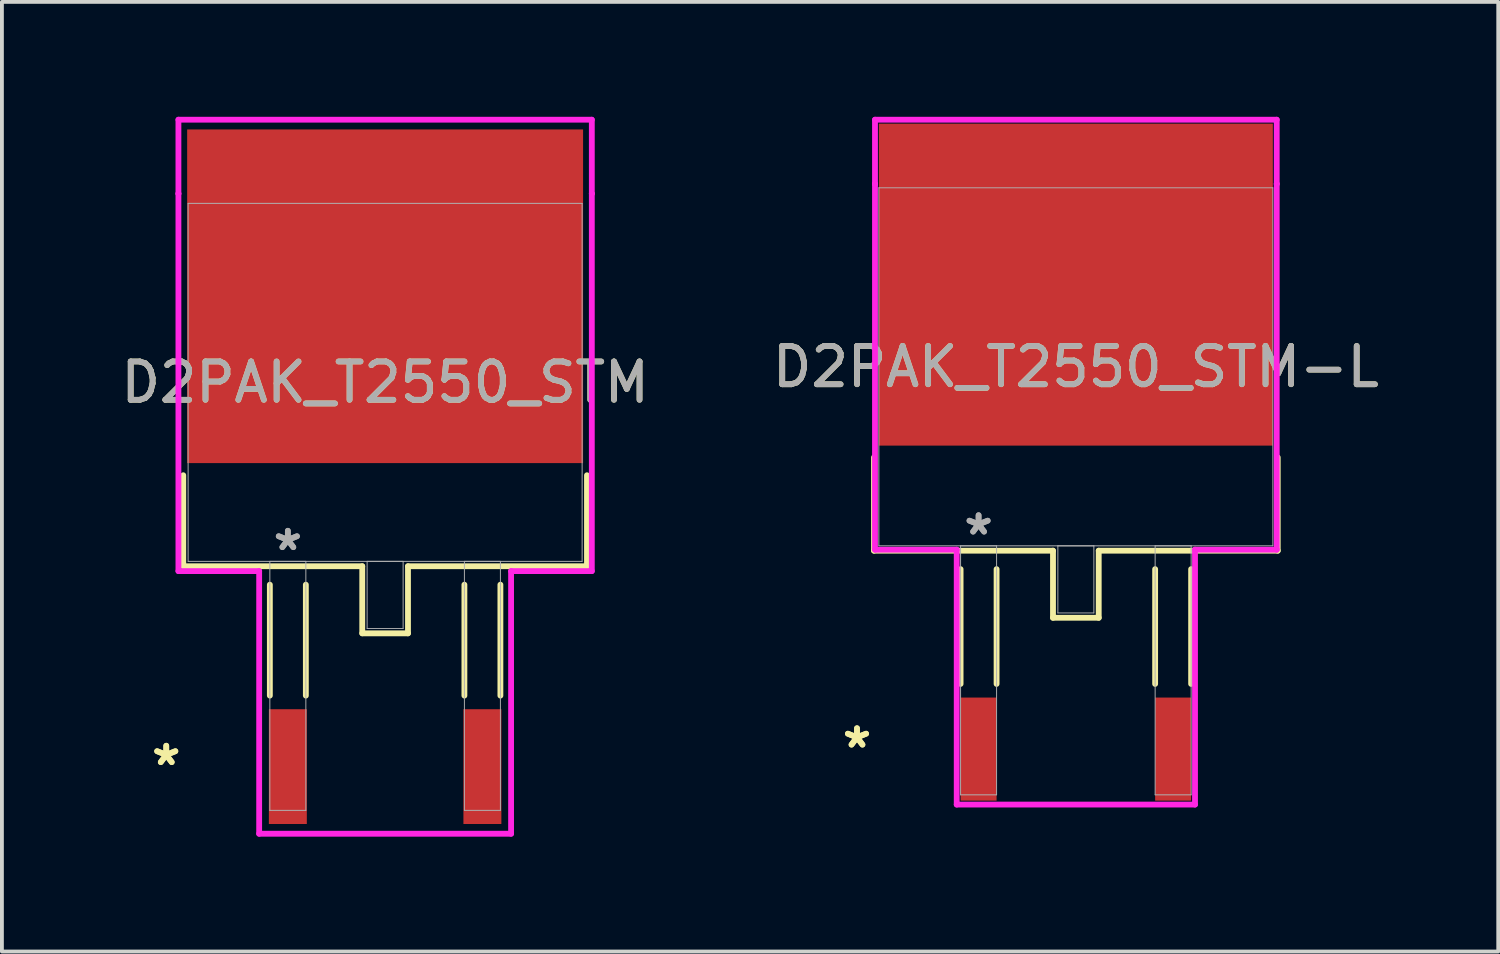
<source format=kicad_pcb>
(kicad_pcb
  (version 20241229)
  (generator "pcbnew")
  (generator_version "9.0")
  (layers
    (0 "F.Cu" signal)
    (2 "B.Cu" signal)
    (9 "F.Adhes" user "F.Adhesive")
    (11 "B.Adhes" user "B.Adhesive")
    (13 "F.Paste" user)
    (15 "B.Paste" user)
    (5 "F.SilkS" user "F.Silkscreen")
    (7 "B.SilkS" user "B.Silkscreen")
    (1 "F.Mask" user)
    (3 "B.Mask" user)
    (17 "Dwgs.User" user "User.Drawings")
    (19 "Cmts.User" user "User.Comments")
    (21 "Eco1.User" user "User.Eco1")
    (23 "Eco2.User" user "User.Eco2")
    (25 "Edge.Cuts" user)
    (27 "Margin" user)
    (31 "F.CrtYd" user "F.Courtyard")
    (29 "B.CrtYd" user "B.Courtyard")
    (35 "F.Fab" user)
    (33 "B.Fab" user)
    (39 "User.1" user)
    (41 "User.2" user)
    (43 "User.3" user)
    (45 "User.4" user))
  (footprint "D2PAK_T2550_STM-L"
    (layer "F.Cu")
    (at 25.042 6.528)
    (property "Reference" "D2PAK_T2550_STM-L" (at 0 0 0) (unlocked yes) (layer "F.SilkS") (effects (font (size 1 1) (thickness 0.15))))
    (attr smd)
    (fp_line (start -5.271 2.365) (end -5.271 4.801) (stroke (width 0.152) (type solid)) (layer "F.SilkS"))
    (fp_line (start -5.271 4.801) (end -0.597 4.801) (stroke (width 0.152) (type solid)) (layer "F.SilkS"))
    (fp_line (start -3.01 5.283) (end -3.01 8.28) (stroke (width 0.152) (type solid)) (layer "F.SilkS"))
    (fp_line (start -2.07 5.283) (end -2.07 8.28) (stroke (width 0.152) (type solid)) (layer "F.SilkS"))
    (fp_line (start -0.597 4.801) (end -0.597 6.553) (stroke (width 0.152) (type solid)) (layer "F.SilkS"))
    (fp_line (start -0.597 6.553) (end 0.597 6.553) (stroke (width 0.152) (type solid)) (layer "F.SilkS"))
    (fp_line (start 0.597 4.801) (end 5.271 4.801) (stroke (width 0.152) (type solid)) (layer "F.SilkS"))
    (fp_line (start 0.597 6.553) (end 0.597 4.801) (stroke (width 0.152) (type solid)) (layer "F.SilkS"))
    (fp_line (start 2.07 5.283) (end 2.07 8.28) (stroke (width 0.152) (type solid)) (layer "F.SilkS"))
    (fp_line (start 3.01 5.283) (end 3.01 8.28) (stroke (width 0.152) (type solid)) (layer "F.SilkS"))
    (fp_line (start 5.271 4.801) (end 5.271 2.365) (stroke (width 0.152) (type solid)) (layer "F.SilkS"))
    (fp_line (start -5.245 -6.452) (end 5.245 -6.452) (stroke (width 0.152) (type solid)) (layer "F.CrtYd"))
    (fp_line (start -5.245 -4.775) (end -5.245 -6.452) (stroke (width 0.152) (type solid)) (layer "F.CrtYd"))
    (fp_line (start -5.245 -4.775) (end -5.245 -4.775) (stroke (width 0.152) (type solid)) (layer "F.CrtYd"))
    (fp_line (start -5.245 4.775) (end -5.245 -4.775) (stroke (width 0.152) (type solid)) (layer "F.CrtYd"))
    (fp_line (start -3.111 4.775) (end -5.245 4.775) (stroke (width 0.152) (type solid)) (layer "F.CrtYd"))
    (fp_line (start -3.111 11.43) (end -3.111 4.775) (stroke (width 0.152) (type solid)) (layer "F.CrtYd"))
    (fp_line (start 3.111 4.775) (end 3.111 11.43) (stroke (width 0.152) (type solid)) (layer "F.CrtYd"))
    (fp_line (start 3.111 11.43) (end -3.111 11.43) (stroke (width 0.152) (type solid)) (layer "F.CrtYd"))
    (fp_line (start 5.245 -6.452) (end 5.245 -4.775) (stroke (width 0.152) (type solid)) (layer "F.CrtYd"))
    (fp_line (start 5.245 -4.775) (end 5.245 -4.775) (stroke (width 0.152) (type solid)) (layer "F.CrtYd"))
    (fp_line (start 5.245 -4.775) (end 5.245 4.775) (stroke (width 0.152) (type solid)) (layer "F.CrtYd"))
    (fp_line (start 5.245 4.775) (end 3.111 4.775) (stroke (width 0.152) (type solid)) (layer "F.CrtYd"))
    (fp_line (start -5.144 -4.674) (end -5.144 4.674) (stroke (width 0.025) (type solid)) (layer "F.Fab"))
    (fp_line (start -5.144 4.674) (end 5.144 4.674) (stroke (width 0.025) (type solid)) (layer "F.Fab"))
    (fp_line (start -3.01 4.674) (end -3.01 11.176) (stroke (width 0.025) (type solid)) (layer "F.Fab"))
    (fp_line (start -3.01 11.176) (end -2.07 11.176) (stroke (width 0.025) (type solid)) (layer "F.Fab"))
    (fp_line (start -2.07 4.674) (end -3.01 4.674) (stroke (width 0.025) (type solid)) (layer "F.Fab"))
    (fp_line (start -2.07 11.176) (end -2.07 4.674) (stroke (width 0.025) (type solid)) (layer "F.Fab"))
    (fp_line (start -0.47 4.674) (end -0.47 6.426) (stroke (width 0.025) (type solid)) (layer "F.Fab"))
    (fp_line (start -0.47 6.426) (end 0.47 6.426) (stroke (width 0.025) (type solid)) (layer "F.Fab"))
    (fp_line (start 0.47 4.674) (end -0.47 4.674) (stroke (width 0.025) (type solid)) (layer "F.Fab"))
    (fp_line (start 0.47 6.426) (end 0.47 4.674) (stroke (width 0.025) (type solid)) (layer "F.Fab"))
    (fp_line (start 2.07 4.674) (end 2.07 11.176) (stroke (width 0.025) (type solid)) (layer "F.Fab"))
    (fp_line (start 2.07 11.176) (end 3.01 11.176) (stroke (width 0.025) (type solid)) (layer "F.Fab"))
    (fp_line (start 3.01 4.674) (end 2.07 4.674) (stroke (width 0.025) (type solid)) (layer "F.Fab"))
    (fp_line (start 3.01 11.176) (end 3.01 4.674) (stroke (width 0.025) (type solid)) (layer "F.Fab"))
    (fp_line (start 5.144 -4.674) (end -5.144 -4.674) (stroke (width 0.025) (type solid)) (layer "F.Fab"))
    (fp_line (start 5.144 4.674) (end 5.144 -4.674) (stroke (width 0.025) (type solid)) (layer "F.Fab"))
    (fp_text user "*" (at -5.715 9.982 0) (unlocked yes) (layer "F.SilkS") (effects (font (size 1 1) (thickness 0.15))))
    (fp_text user "*" (at -5.715 9.982 0) (layer "F.SilkS") (effects (font (size 1 1) (thickness 0.15))))
    (fp_text user "*" (at -2.54 4.42 0) (unlocked yes) (layer "F.Fab") (effects (font (size 1 1) (thickness 0.15))))
    (fp_text user "${REFERENCE}" (at 0 0 0) (unlocked yes) (layer "F.Fab") (effects (font (size 1 1) (thickness 0.15))))
    (fp_text user "*" (at -2.54 4.42 0) (layer "F.Fab") (effects (font (size 1 1) (thickness 0.15))))
    (pad "1" smd rect (at -2.54 9.982) (size 0.94 2.692) (layers "F.Cu" "F.Mask" "F.Paste"))
    (pad "2" smd rect (at 0 -2.146) (size 10.287 8.407) (layers "F.Cu" "F.Mask" "F.Paste"))
    (pad "3" smd rect (at 2.54 9.982) (size 0.94 2.692) (layers "F.Cu" "F.Mask" "F.Paste")))
  (footprint "D2PAK_T2550_STM"
    (layer "F.Cu")
    (at 7.006 6.934)
    (property "Reference" "D2PAK_T2550_STM" (at 0 0 0) (unlocked yes) (layer "F.SilkS") (effects (font (size 1 1) (thickness 0.15))))
    (attr smd)
    (fp_line (start -5.271 2.425) (end -5.271 4.801) (stroke (width 0.152) (type solid)) (layer "F.SilkS"))
    (fp_line (start -5.271 4.801) (end -0.597 4.801) (stroke (width 0.152) (type solid)) (layer "F.SilkS"))
    (fp_line (start -3.01 5.283) (end -3.01 8.179) (stroke (width 0.152) (type solid)) (layer "F.SilkS"))
    (fp_line (start -2.07 5.283) (end -2.07 8.179) (stroke (width 0.152) (type solid)) (layer "F.SilkS"))
    (fp_line (start -0.597 4.801) (end -0.597 6.553) (stroke (width 0.152) (type solid)) (layer "F.SilkS"))
    (fp_line (start -0.597 6.553) (end 0.597 6.553) (stroke (width 0.152) (type solid)) (layer "F.SilkS"))
    (fp_line (start 0.597 4.801) (end 5.271 4.801) (stroke (width 0.152) (type solid)) (layer "F.SilkS"))
    (fp_line (start 0.597 6.553) (end 0.597 4.801) (stroke (width 0.152) (type solid)) (layer "F.SilkS"))
    (fp_line (start 2.07 5.283) (end 2.07 8.179) (stroke (width 0.152) (type solid)) (layer "F.SilkS"))
    (fp_line (start 3.01 5.283) (end 3.01 8.179) (stroke (width 0.152) (type solid)) (layer "F.SilkS"))
    (fp_line (start 5.271 4.801) (end 5.271 2.425) (stroke (width 0.152) (type solid)) (layer "F.SilkS"))
    (fp_line (start -5.397 -6.858) (end 5.397 -6.858) (stroke (width 0.152) (type solid)) (layer "F.CrtYd"))
    (fp_line (start -5.397 -4.928) (end -5.397 -6.858) (stroke (width 0.152) (type solid)) (layer "F.CrtYd"))
    (fp_line (start -5.397 -4.928) (end -5.397 -4.928) (stroke (width 0.152) (type solid)) (layer "F.CrtYd"))
    (fp_line (start -5.397 4.928) (end -5.397 -4.928) (stroke (width 0.152) (type solid)) (layer "F.CrtYd"))
    (fp_line (start -3.289 4.928) (end -5.397 4.928) (stroke (width 0.152) (type solid)) (layer "F.CrtYd"))
    (fp_line (start -3.289 11.786) (end -3.289 4.928) (stroke (width 0.152) (type solid)) (layer "F.CrtYd"))
    (fp_line (start 3.289 4.928) (end 3.289 11.786) (stroke (width 0.152) (type solid)) (layer "F.CrtYd"))
    (fp_line (start 3.289 11.786) (end -3.289 11.786) (stroke (width 0.152) (type solid)) (layer "F.CrtYd"))
    (fp_line (start 5.397 -6.858) (end 5.397 -4.928) (stroke (width 0.152) (type solid)) (layer "F.CrtYd"))
    (fp_line (start 5.397 -4.928) (end 5.397 -4.928) (stroke (width 0.152) (type solid)) (layer "F.CrtYd"))
    (fp_line (start 5.397 -4.928) (end 5.397 4.928) (stroke (width 0.152) (type solid)) (layer "F.CrtYd"))
    (fp_line (start 5.397 4.928) (end 3.289 4.928) (stroke (width 0.152) (type solid)) (layer "F.CrtYd"))
    (fp_line (start -5.144 -4.674) (end -5.144 4.674) (stroke (width 0.025) (type solid)) (layer "F.Fab"))
    (fp_line (start -5.144 4.674) (end 5.144 4.674) (stroke (width 0.025) (type solid)) (layer "F.Fab"))
    (fp_line (start -3.01 4.674) (end -3.01 11.176) (stroke (width 0.025) (type solid)) (layer "F.Fab"))
    (fp_line (start -3.01 11.176) (end -2.07 11.176) (stroke (width 0.025) (type solid)) (layer "F.Fab"))
    (fp_line (start -2.07 4.674) (end -3.01 4.674) (stroke (width 0.025) (type solid)) (layer "F.Fab"))
    (fp_line (start -2.07 11.176) (end -2.07 4.674) (stroke (width 0.025) (type solid)) (layer "F.Fab"))
    (fp_line (start -0.47 4.674) (end -0.47 6.426) (stroke (width 0.025) (type solid)) (layer "F.Fab"))
    (fp_line (start -0.47 6.426) (end 0.47 6.426) (stroke (width 0.025) (type solid)) (layer "F.Fab"))
    (fp_line (start 0.47 4.674) (end -0.47 4.674) (stroke (width 0.025) (type solid)) (layer "F.Fab"))
    (fp_line (start 0.47 6.426) (end 0.47 4.674) (stroke (width 0.025) (type solid)) (layer "F.Fab"))
    (fp_line (start 2.07 4.674) (end 2.07 11.176) (stroke (width 0.025) (type solid)) (layer "F.Fab"))
    (fp_line (start 2.07 11.176) (end 3.01 11.176) (stroke (width 0.025) (type solid)) (layer "F.Fab"))
    (fp_line (start 3.01 4.674) (end 2.07 4.674) (stroke (width 0.025) (type solid)) (layer "F.Fab"))
    (fp_line (start 3.01 11.176) (end 3.01 4.674) (stroke (width 0.025) (type solid)) (layer "F.Fab"))
    (fp_line (start 5.144 -4.674) (end -5.144 -4.674) (stroke (width 0.025) (type solid)) (layer "F.Fab"))
    (fp_line (start 5.144 4.674) (end 5.144 -4.674) (stroke (width 0.025) (type solid)) (layer "F.Fab"))
    (fp_text user "*" (at -5.715 10.033 0) (unlocked yes) (layer "F.SilkS") (effects (font (size 1 1) (thickness 0.15))))
    (fp_text user "*" (at -5.715 10.033 0) (layer "F.SilkS") (effects (font (size 1 1) (thickness 0.15))))
    (fp_text user "*" (at -2.54 4.42 0) (unlocked yes) (layer "F.Fab") (effects (font (size 1 1) (thickness 0.15))))
    (fp_text user "*" (at -2.54 4.42 0) (layer "F.Fab") (effects (font (size 1 1) (thickness 0.15))))
    (fp_text user "${REFERENCE}" (at 0 0 0) (unlocked yes) (layer "F.Fab") (effects (font (size 1 1) (thickness 0.15))))
    (pad "1" smd rect (at -2.54 10.033) (size 0.991 2.997) (layers "F.Cu" "F.Mask" "F.Paste"))
    (pad "2" smd rect (at 0 -2.248) (size 10.338 8.712) (layers "F.Cu" "F.Mask" "F.Paste"))
    (pad "3" smd rect (at 2.54 10.033) (size 0.991 2.997) (layers "F.Cu" "F.Mask" "F.Paste")))
  (gr_rect
    (start -3 -3)
    (end 36.071 21.796)
    (stroke (width 0.1) (type default))
    (fill no)
    (layer "Edge.Cuts")))
</source>
